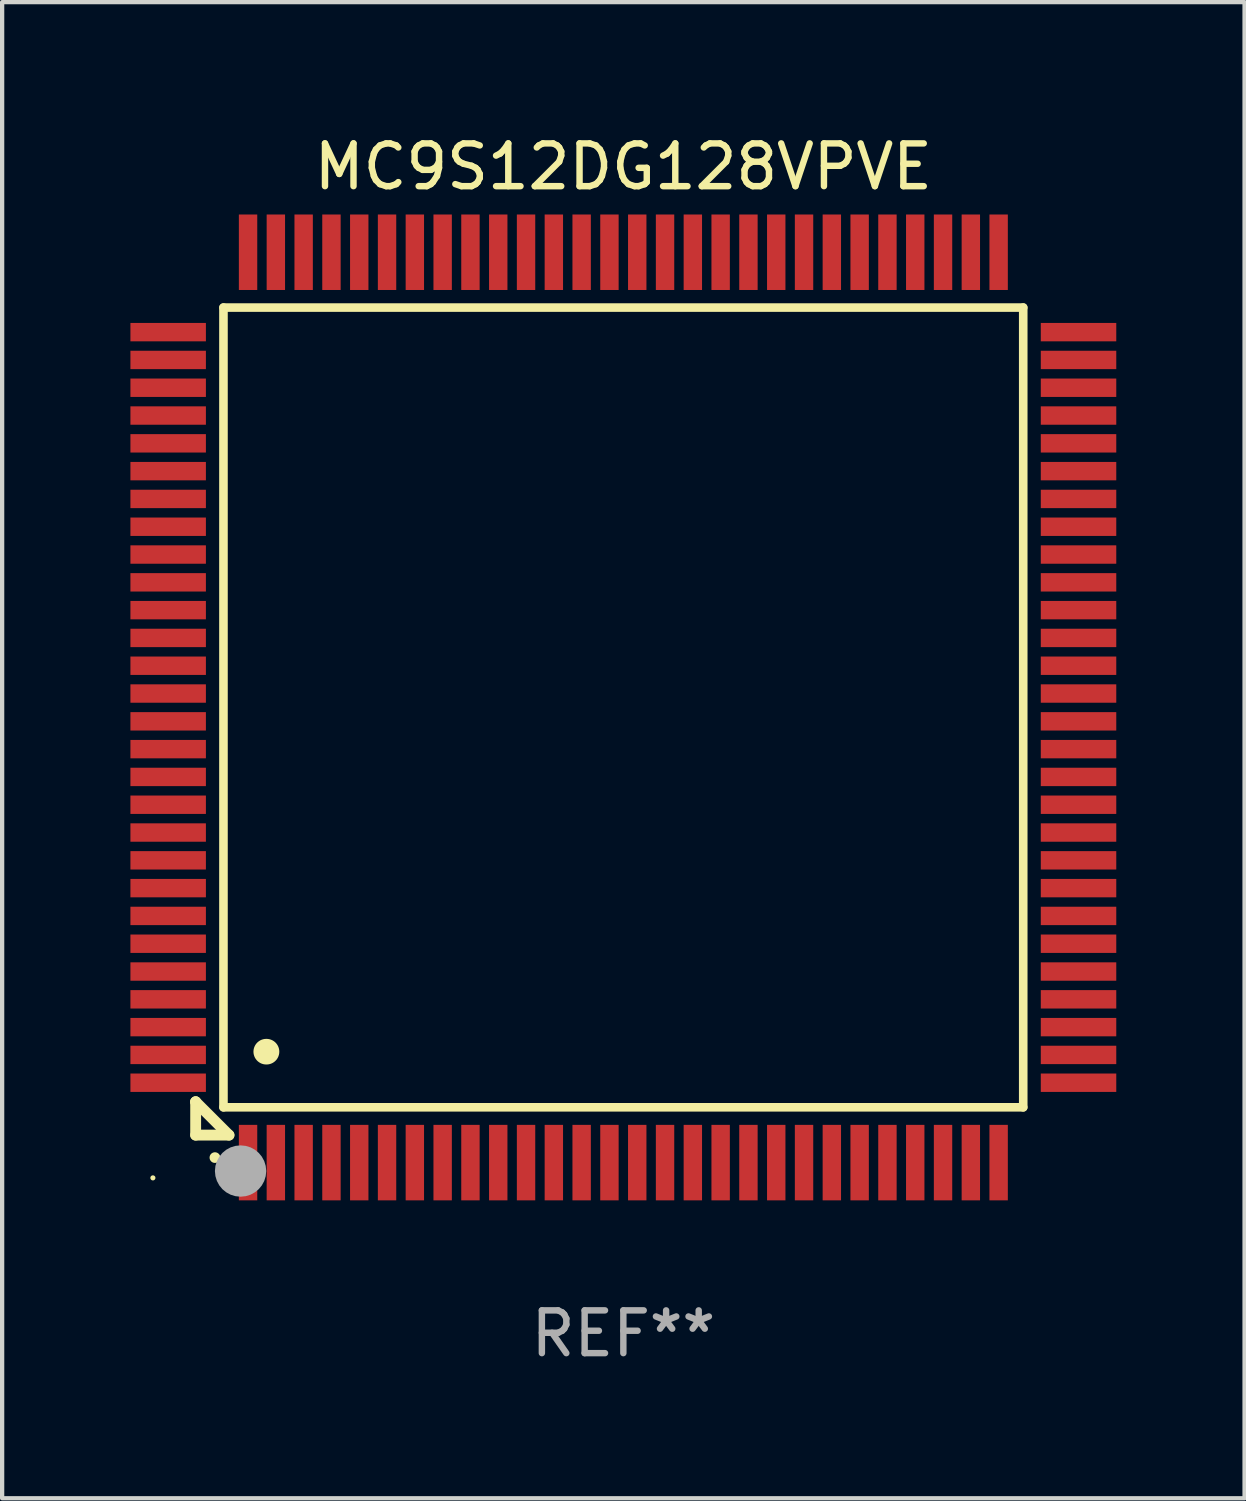
<source format=kicad_pcb>
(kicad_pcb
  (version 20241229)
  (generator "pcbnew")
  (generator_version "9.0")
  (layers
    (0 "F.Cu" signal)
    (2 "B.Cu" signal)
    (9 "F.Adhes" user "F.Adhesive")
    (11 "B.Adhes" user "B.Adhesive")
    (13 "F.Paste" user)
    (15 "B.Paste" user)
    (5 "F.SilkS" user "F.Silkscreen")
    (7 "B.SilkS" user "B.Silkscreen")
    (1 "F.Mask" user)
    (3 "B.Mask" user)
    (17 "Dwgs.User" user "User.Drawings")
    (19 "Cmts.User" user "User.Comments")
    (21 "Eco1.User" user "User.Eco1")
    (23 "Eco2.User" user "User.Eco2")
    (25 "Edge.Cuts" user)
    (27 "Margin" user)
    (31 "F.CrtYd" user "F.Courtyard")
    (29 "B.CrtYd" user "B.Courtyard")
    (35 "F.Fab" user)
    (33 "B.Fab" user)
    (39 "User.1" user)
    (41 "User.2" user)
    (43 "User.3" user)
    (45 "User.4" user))
  (footprint "MC9S12DG128VPVE"
    (layer "F.Cu")
    (at 11.525 13.491)
    (property "Reference" "MC9S12DG128VPVE" (at 0 -12.643 0) (layer "F.SilkS") (effects (font (size 1 1) (thickness 0.15))))
    (attr through_hole)
    (fp_line (start -10 9.221) (end -10 9.221) (stroke (width 0.254) (type solid)) (layer "F.SilkS"))
    (fp_line (start -10 9.221) (end -10 10) (stroke (width 0.254) (type solid)) (layer "F.SilkS"))
    (fp_line (start -10 9.221) (end -9.221 10) (stroke (width 0.254) (type solid)) (layer "F.SilkS"))
    (fp_line (start -10 10) (end -9.221 10) (stroke (width 0.254) (type solid)) (layer "F.SilkS"))
    (fp_line (start -9.35 -9.35) (end -9.35 9.35) (stroke (width 0.201) (type solid)) (layer "F.SilkS"))
    (fp_line (start -9.35 9.35) (end 9.35 9.35) (stroke (width 0.201) (type solid)) (layer "F.SilkS"))
    (fp_line (start 9.35 -9.35) (end -9.35 -9.35) (stroke (width 0.201) (type solid)) (layer "F.SilkS"))
    (fp_line (start 9.35 9.35) (end 9.35 -9.35) (stroke (width 0.201) (type solid)) (layer "F.SilkS"))
    (fp_arc (start -9.550546 10.525832) (mid -9.549276 10.525826) (end -9.548006 10.525832) (stroke (width 0.24892) (type solid)) (layer "F.SilkS"))
    (fp_arc (start -8.349124 8.049327) (mid -8.346584 8.049316) (end -8.344044 8.049327) (stroke (width 0.599441) (type solid)) (layer "F.SilkS"))
    (fp_circle (center -11 11) (end -10.97 11) (stroke (width 0.06) (type solid)) (fill no) (layer "F.SilkS"))
    (fp_circle (center -8.95 10.84) (end -8.65 10.84) (stroke (width 0.6) (type solid)) (fill no) (layer "F.Fab"))
    (fp_text user "REF**" (at 0 14.643 0) (layer "F.Fab") (effects (font (size 1 1) (thickness 0.15))))
    (pad "1" smd rect (at -8.775 10.643) (size 0.43 1.765) (layers "F.Cu" "F.Mask" "F.Paste"))
    (pad "2" smd rect (at -8.125 10.643) (size 0.43 1.765) (layers "F.Cu" "F.Mask" "F.Paste"))
    (pad "3" smd rect (at -7.475 10.643) (size 0.43 1.765) (layers "F.Cu" "F.Mask" "F.Paste"))
    (pad "4" smd rect (at -6.825 10.643) (size 0.43 1.765) (layers "F.Cu" "F.Mask" "F.Paste"))
    (pad "5" smd rect (at -6.175 10.643) (size 0.43 1.765) (layers "F.Cu" "F.Mask" "F.Paste"))
    (pad "6" smd rect (at -5.525 10.643) (size 0.43 1.765) (layers "F.Cu" "F.Mask" "F.Paste"))
    (pad "7" smd rect (at -4.875 10.643) (size 0.43 1.765) (layers "F.Cu" "F.Mask" "F.Paste"))
    (pad "8" smd rect (at -4.225 10.643) (size 0.43 1.765) (layers "F.Cu" "F.Mask" "F.Paste"))
    (pad "9" smd rect (at -3.575 10.643) (size 0.43 1.765) (layers "F.Cu" "F.Mask" "F.Paste"))
    (pad "10" smd rect (at -2.925 10.643) (size 0.43 1.765) (layers "F.Cu" "F.Mask" "F.Paste"))
    (pad "11" smd rect (at -2.275 10.643) (size 0.43 1.765) (layers "F.Cu" "F.Mask" "F.Paste"))
    (pad "12" smd rect (at -1.625 10.643) (size 0.43 1.765) (layers "F.Cu" "F.Mask" "F.Paste"))
    (pad "13" smd rect (at -0.975 10.643) (size 0.43 1.765) (layers "F.Cu" "F.Mask" "F.Paste"))
    (pad "14" smd rect (at -0.325 10.643) (size 0.43 1.765) (layers "F.Cu" "F.Mask" "F.Paste"))
    (pad "15" smd rect (at 0.325 10.643) (size 0.43 1.765) (layers "F.Cu" "F.Mask" "F.Paste"))
    (pad "16" smd rect (at 0.975 10.643) (size 0.43 1.765) (layers "F.Cu" "F.Mask" "F.Paste"))
    (pad "17" smd rect (at 1.625 10.643) (size 0.43 1.765) (layers "F.Cu" "F.Mask" "F.Paste"))
    (pad "18" smd rect (at 2.275 10.643) (size 0.43 1.765) (layers "F.Cu" "F.Mask" "F.Paste"))
    (pad "19" smd rect (at 2.925 10.643) (size 0.43 1.765) (layers "F.Cu" "F.Mask" "F.Paste"))
    (pad "20" smd rect (at 3.575 10.643) (size 0.43 1.765) (layers "F.Cu" "F.Mask" "F.Paste"))
    (pad "21" smd rect (at 4.225 10.643) (size 0.43 1.765) (layers "F.Cu" "F.Mask" "F.Paste"))
    (pad "22" smd rect (at 4.875 10.643) (size 0.43 1.765) (layers "F.Cu" "F.Mask" "F.Paste"))
    (pad "23" smd rect (at 5.525 10.643) (size 0.43 1.765) (layers "F.Cu" "F.Mask" "F.Paste"))
    (pad "24" smd rect (at 6.175 10.643) (size 0.43 1.765) (layers "F.Cu" "F.Mask" "F.Paste"))
    (pad "25" smd rect (at 6.825 10.643) (size 0.43 1.765) (layers "F.Cu" "F.Mask" "F.Paste"))
    (pad "26" smd rect (at 7.475 10.643) (size 0.43 1.765) (layers "F.Cu" "F.Mask" "F.Paste"))
    (pad "27" smd rect (at 8.125 10.643) (size 0.43 1.765) (layers "F.Cu" "F.Mask" "F.Paste"))
    (pad "28" smd rect (at 8.775 10.643) (size 0.43 1.765) (layers "F.Cu" "F.Mask" "F.Paste"))
    (pad "29" smd rect (at 10.643 8.775) (size 1.765 0.43) (layers "F.Cu" "F.Mask" "F.Paste"))
    (pad "30" smd rect (at 10.643 8.125) (size 1.765 0.43) (layers "F.Cu" "F.Mask" "F.Paste"))
    (pad "31" smd rect (at 10.643 7.475) (size 1.765 0.43) (layers "F.Cu" "F.Mask" "F.Paste"))
    (pad "32" smd rect (at 10.643 6.825) (size 1.765 0.43) (layers "F.Cu" "F.Mask" "F.Paste"))
    (pad "33" smd rect (at 10.643 6.175) (size 1.765 0.43) (layers "F.Cu" "F.Mask" "F.Paste"))
    (pad "34" smd rect (at 10.643 5.525) (size 1.765 0.43) (layers "F.Cu" "F.Mask" "F.Paste"))
    (pad "35" smd rect (at 10.643 4.875) (size 1.765 0.43) (layers "F.Cu" "F.Mask" "F.Paste"))
    (pad "36" smd rect (at 10.643 4.225) (size 1.765 0.43) (layers "F.Cu" "F.Mask" "F.Paste"))
    (pad "37" smd rect (at 10.643 3.575) (size 1.765 0.43) (layers "F.Cu" "F.Mask" "F.Paste"))
    (pad "38" smd rect (at 10.643 2.925) (size 1.765 0.43) (layers "F.Cu" "F.Mask" "F.Paste"))
    (pad "39" smd rect (at 10.643 2.275) (size 1.765 0.43) (layers "F.Cu" "F.Mask" "F.Paste"))
    (pad "40" smd rect (at 10.643 1.625) (size 1.765 0.43) (layers "F.Cu" "F.Mask" "F.Paste"))
    (pad "41" smd rect (at 10.643 0.975) (size 1.765 0.43) (layers "F.Cu" "F.Mask" "F.Paste"))
    (pad "42" smd rect (at 10.643 0.325) (size 1.765 0.43) (layers "F.Cu" "F.Mask" "F.Paste"))
    (pad "43" smd rect (at 10.643 -0.325) (size 1.765 0.43) (layers "F.Cu" "F.Mask" "F.Paste"))
    (pad "44" smd rect (at 10.643 -0.975) (size 1.765 0.43) (layers "F.Cu" "F.Mask" "F.Paste"))
    (pad "45" smd rect (at 10.643 -1.625) (size 1.765 0.43) (layers "F.Cu" "F.Mask" "F.Paste"))
    (pad "46" smd rect (at 10.643 -2.275) (size 1.765 0.43) (layers "F.Cu" "F.Mask" "F.Paste"))
    (pad "47" smd rect (at 10.643 -2.925) (size 1.765 0.43) (layers "F.Cu" "F.Mask" "F.Paste"))
    (pad "48" smd rect (at 10.643 -3.575) (size 1.765 0.43) (layers "F.Cu" "F.Mask" "F.Paste"))
    (pad "49" smd rect (at 10.643 -4.225) (size 1.765 0.43) (layers "F.Cu" "F.Mask" "F.Paste"))
    (pad "50" smd rect (at 10.643 -4.875) (size 1.765 0.43) (layers "F.Cu" "F.Mask" "F.Paste"))
    (pad "51" smd rect (at 10.643 -5.525) (size 1.765 0.43) (layers "F.Cu" "F.Mask" "F.Paste"))
    (pad "52" smd rect (at 10.643 -6.175) (size 1.765 0.43) (layers "F.Cu" "F.Mask" "F.Paste"))
    (pad "53" smd rect (at 10.643 -6.825) (size 1.765 0.43) (layers "F.Cu" "F.Mask" "F.Paste"))
    (pad "54" smd rect (at 10.643 -7.475) (size 1.765 0.43) (layers "F.Cu" "F.Mask" "F.Paste"))
    (pad "55" smd rect (at 10.643 -8.125) (size 1.765 0.43) (layers "F.Cu" "F.Mask" "F.Paste"))
    (pad "56" smd rect (at 10.643 -8.775) (size 1.765 0.43) (layers "F.Cu" "F.Mask" "F.Paste"))
    (pad "57" smd rect (at 8.775 -10.643) (size 0.43 1.765) (layers "F.Cu" "F.Mask" "F.Paste"))
    (pad "58" smd rect (at 8.125 -10.643) (size 0.43 1.765) (layers "F.Cu" "F.Mask" "F.Paste"))
    (pad "59" smd rect (at 7.475 -10.643) (size 0.43 1.765) (layers "F.Cu" "F.Mask" "F.Paste"))
    (pad "60" smd rect (at 6.825 -10.643) (size 0.43 1.765) (layers "F.Cu" "F.Mask" "F.Paste"))
    (pad "61" smd rect (at 6.175 -10.643) (size 0.43 1.765) (layers "F.Cu" "F.Mask" "F.Paste"))
    (pad "62" smd rect (at 5.525 -10.643) (size 0.43 1.765) (layers "F.Cu" "F.Mask" "F.Paste"))
    (pad "63" smd rect (at 4.875 -10.643) (size 0.43 1.765) (layers "F.Cu" "F.Mask" "F.Paste"))
    (pad "64" smd rect (at 4.225 -10.643) (size 0.43 1.765) (layers "F.Cu" "F.Mask" "F.Paste"))
    (pad "65" smd rect (at 3.575 -10.643) (size 0.43 1.765) (layers "F.Cu" "F.Mask" "F.Paste"))
    (pad "66" smd rect (at 2.925 -10.643) (size 0.43 1.765) (layers "F.Cu" "F.Mask" "F.Paste"))
    (pad "67" smd rect (at 2.275 -10.643) (size 0.43 1.765) (layers "F.Cu" "F.Mask" "F.Paste"))
    (pad "68" smd rect (at 1.625 -10.643) (size 0.43 1.765) (layers "F.Cu" "F.Mask" "F.Paste"))
    (pad "69" smd rect (at 0.975 -10.643) (size 0.43 1.765) (layers "F.Cu" "F.Mask" "F.Paste"))
    (pad "70" smd rect (at 0.325 -10.643) (size 0.43 1.765) (layers "F.Cu" "F.Mask" "F.Paste"))
    (pad "71" smd rect (at -0.325 -10.643) (size 0.43 1.765) (layers "F.Cu" "F.Mask" "F.Paste"))
    (pad "72" smd rect (at -0.975 -10.643) (size 0.43 1.765) (layers "F.Cu" "F.Mask" "F.Paste"))
    (pad "73" smd rect (at -1.625 -10.643) (size 0.43 1.765) (layers "F.Cu" "F.Mask" "F.Paste"))
    (pad "74" smd rect (at -2.275 -10.643) (size 0.43 1.765) (layers "F.Cu" "F.Mask" "F.Paste"))
    (pad "75" smd rect (at -2.925 -10.643) (size 0.43 1.765) (layers "F.Cu" "F.Mask" "F.Paste"))
    (pad "76" smd rect (at -3.575 -10.643) (size 0.43 1.765) (layers "F.Cu" "F.Mask" "F.Paste"))
    (pad "77" smd rect (at -4.225 -10.643) (size 0.43 1.765) (layers "F.Cu" "F.Mask" "F.Paste"))
    (pad "78" smd rect (at -4.875 -10.643) (size 0.43 1.765) (layers "F.Cu" "F.Mask" "F.Paste"))
    (pad "79" smd rect (at -5.525 -10.643) (size 0.43 1.765) (layers "F.Cu" "F.Mask" "F.Paste"))
    (pad "80" smd rect (at -6.175 -10.643) (size 0.43 1.765) (layers "F.Cu" "F.Mask" "F.Paste"))
    (pad "81" smd rect (at -6.825 -10.643) (size 0.43 1.765) (layers "F.Cu" "F.Mask" "F.Paste"))
    (pad "82" smd rect (at -7.475 -10.643) (size 0.43 1.765) (layers "F.Cu" "F.Mask" "F.Paste"))
    (pad "83" smd rect (at -8.125 -10.643) (size 0.43 1.765) (layers "F.Cu" "F.Mask" "F.Paste"))
    (pad "84" smd rect (at -8.775 -10.643) (size 0.43 1.765) (layers "F.Cu" "F.Mask" "F.Paste"))
    (pad "85" smd rect (at -10.643 -8.775) (size 1.765 0.43) (layers "F.Cu" "F.Mask" "F.Paste"))
    (pad "86" smd rect (at -10.643 -8.125) (size 1.765 0.43) (layers "F.Cu" "F.Mask" "F.Paste"))
    (pad "87" smd rect (at -10.643 -7.475) (size 1.765 0.43) (layers "F.Cu" "F.Mask" "F.Paste"))
    (pad "88" smd rect (at -10.643 -6.825) (size 1.765 0.43) (layers "F.Cu" "F.Mask" "F.Paste"))
    (pad "89" smd rect (at -10.643 -6.175) (size 1.765 0.43) (layers "F.Cu" "F.Mask" "F.Paste"))
    (pad "90" smd rect (at -10.643 -5.525) (size 1.765 0.43) (layers "F.Cu" "F.Mask" "F.Paste"))
    (pad "91" smd rect (at -10.643 -4.875) (size 1.765 0.43) (layers "F.Cu" "F.Mask" "F.Paste"))
    (pad "92" smd rect (at -10.643 -4.225) (size 1.765 0.43) (layers "F.Cu" "F.Mask" "F.Paste"))
    (pad "93" smd rect (at -10.643 -3.575) (size 1.765 0.43) (layers "F.Cu" "F.Mask" "F.Paste"))
    (pad "94" smd rect (at -10.643 -2.925) (size 1.765 0.43) (layers "F.Cu" "F.Mask" "F.Paste"))
    (pad "95" smd rect (at -10.643 -2.275) (size 1.765 0.43) (layers "F.Cu" "F.Mask" "F.Paste"))
    (pad "96" smd rect (at -10.643 -1.625) (size 1.765 0.43) (layers "F.Cu" "F.Mask" "F.Paste"))
    (pad "97" smd rect (at -10.643 -0.975) (size 1.765 0.43) (layers "F.Cu" "F.Mask" "F.Paste"))
    (pad "98" smd rect (at -10.643 -0.325) (size 1.765 0.43) (layers "F.Cu" "F.Mask" "F.Paste"))
    (pad "99" smd rect (at -10.643 0.325) (size 1.765 0.43) (layers "F.Cu" "F.Mask" "F.Paste"))
    (pad "100" smd rect (at -10.643 0.975) (size 1.765 0.43) (layers "F.Cu" "F.Mask" "F.Paste"))
    (pad "101" smd rect (at -10.643 1.625) (size 1.765 0.43) (layers "F.Cu" "F.Mask" "F.Paste"))
    (pad "102" smd rect (at -10.643 2.275) (size 1.765 0.43) (layers "F.Cu" "F.Mask" "F.Paste"))
    (pad "103" smd rect (at -10.643 2.925) (size 1.765 0.43) (layers "F.Cu" "F.Mask" "F.Paste"))
    (pad "104" smd rect (at -10.643 3.575) (size 1.765 0.43) (layers "F.Cu" "F.Mask" "F.Paste"))
    (pad "105" smd rect (at -10.643 4.225) (size 1.765 0.43) (layers "F.Cu" "F.Mask" "F.Paste"))
    (pad "106" smd rect (at -10.643 4.875) (size 1.765 0.43) (layers "F.Cu" "F.Mask" "F.Paste"))
    (pad "107" smd rect (at -10.643 5.525) (size 1.765 0.43) (layers "F.Cu" "F.Mask" "F.Paste"))
    (pad "108" smd rect (at -10.643 6.175) (size 1.765 0.43) (layers "F.Cu" "F.Mask" "F.Paste"))
    (pad "109" smd rect (at -10.643 6.825) (size 1.765 0.43) (layers "F.Cu" "F.Mask" "F.Paste"))
    (pad "110" smd rect (at -10.643 7.475) (size 1.765 0.43) (layers "F.Cu" "F.Mask" "F.Paste"))
    (pad "111" smd rect (at -10.643 8.125) (size 1.765 0.43) (layers "F.Cu" "F.Mask" "F.Paste"))
    (pad "112" smd rect (at -10.643 8.775) (size 1.765 0.43) (layers "F.Cu" "F.Mask" "F.Paste")))
  (gr_rect
    (start -3 -3)
    (end 26.05 31.982)
    (stroke (width 0.1) (type default))
    (fill no)
    (layer "Edge.Cuts")))
</source>
